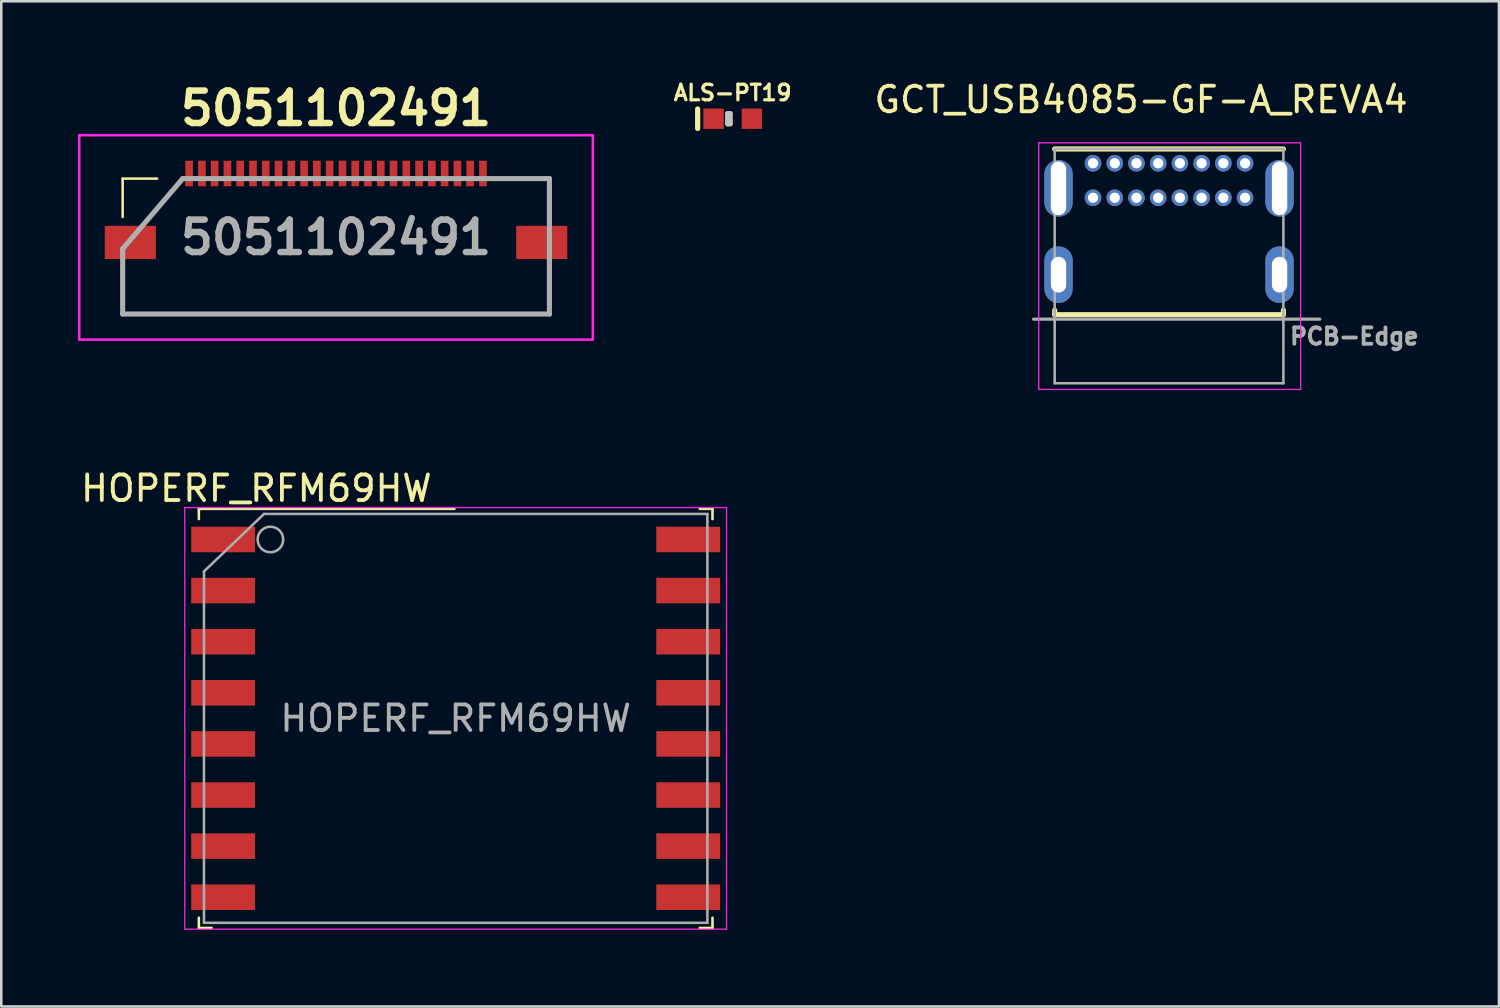
<source format=kicad_pcb>
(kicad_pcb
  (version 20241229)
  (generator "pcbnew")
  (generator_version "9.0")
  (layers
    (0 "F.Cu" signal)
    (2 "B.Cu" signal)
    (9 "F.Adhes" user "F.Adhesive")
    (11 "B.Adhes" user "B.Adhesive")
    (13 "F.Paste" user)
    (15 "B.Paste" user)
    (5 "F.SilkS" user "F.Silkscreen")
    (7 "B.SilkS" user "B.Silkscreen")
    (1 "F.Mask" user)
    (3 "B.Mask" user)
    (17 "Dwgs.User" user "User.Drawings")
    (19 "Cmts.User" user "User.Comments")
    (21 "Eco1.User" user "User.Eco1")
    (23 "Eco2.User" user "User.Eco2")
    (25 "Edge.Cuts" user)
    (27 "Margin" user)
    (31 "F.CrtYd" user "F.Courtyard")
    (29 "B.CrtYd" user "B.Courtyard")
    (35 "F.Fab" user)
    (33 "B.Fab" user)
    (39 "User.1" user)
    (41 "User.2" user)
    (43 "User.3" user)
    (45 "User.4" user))
  (footprint "5051102491"
    (layer "F.Cu")
    (at 10.1 6.439)
    (property "Reference" "5051102491" (at 0 -5.25 0) (layer "F.SilkS") (effects (font (size 1.27 1.27) (thickness 0.254))))
    (attr smd)
    (fp_line (start -8.35 -2.5) (end -7 -2.5) (stroke (width 0.1) (type solid)) (layer "F.SilkS"))
    (fp_line (start -8.35 -1) (end -8.35 -2.5) (stroke (width 0.1) (type solid)) (layer "F.SilkS"))
    (fp_line (start -8.35 1) (end -8.35 2.8) (stroke (width 0.1) (type solid)) (layer "F.SilkS"))
    (fp_line (start -8.35 2.8) (end 8.35 2.8) (stroke (width 0.1) (type solid)) (layer "F.SilkS"))
    (fp_line (start 7 -2.5) (end 8.35 -2.5) (stroke (width 0.1) (type solid)) (layer "F.SilkS"))
    (fp_line (start 8.35 -2.5) (end 8.35 -1) (stroke (width 0.1) (type solid)) (layer "F.SilkS"))
    (fp_line (start 8.35 2.8) (end 8.35 1) (stroke (width 0.1) (type solid)) (layer "F.SilkS"))
    (fp_line (start -10.05 -4.2) (end 10.05 -4.2) (stroke (width 0.1) (type solid)) (layer "F.CrtYd"))
    (fp_line (start -10.05 3.8) (end -10.05 -4.2) (stroke (width 0.1) (type solid)) (layer "F.CrtYd"))
    (fp_line (start 10.05 -4.2) (end 10.05 3.8) (stroke (width 0.1) (type solid)) (layer "F.CrtYd"))
    (fp_line (start 10.05 3.8) (end -10.05 3.8) (stroke (width 0.1) (type solid)) (layer "F.CrtYd"))
    (fp_line (start -8.35 2.8) (end -8.35 0.25) (stroke (width 0.2) (type solid)) (layer "F.Fab"))
    (fp_line (start -6 -2.5) (end -8.35 0.25) (stroke (width 0.2) (type solid)) (layer "F.Fab"))
    (fp_line (start -6 -2.5) (end 8.35 -2.5) (stroke (width 0.2) (type solid)) (layer "F.Fab"))
    (fp_line (start 8.35 -2.5) (end 8.35 2.8) (stroke (width 0.2) (type solid)) (layer "F.Fab"))
    (fp_line (start 8.35 2.8) (end -8.35 2.8) (stroke (width 0.2) (type solid)) (layer "F.Fab"))
    (fp_text user "${REFERENCE}" (at 0 -0.2 0) (layer "F.Fab") (effects (font (size 1.27 1.27) (thickness 0.254))))
    (pad "" smd rect (at -8.05 0 90) (size 1.3 2) (layers "F.Cu" "F.Mask" "F.Paste"))
    (pad "" smd rect (at 8.05 0 90) (size 1.3 2) (layers "F.Cu" "F.Mask" "F.Paste"))
    (pad "1" smd rect (at -5.75 -2.7) (size 0.3 1) (layers "F.Cu" "F.Mask" "F.Paste"))
    (pad "2" smd rect (at -5.25 -2.7) (size 0.3 1) (layers "F.Cu" "F.Mask" "F.Paste"))
    (pad "3" smd rect (at -4.75 -2.7) (size 0.3 1) (layers "F.Cu" "F.Mask" "F.Paste"))
    (pad "4" smd rect (at -4.25 -2.7) (size 0.3 1) (layers "F.Cu" "F.Mask" "F.Paste"))
    (pad "5" smd rect (at -3.75 -2.7) (size 0.3 1) (layers "F.Cu" "F.Mask" "F.Paste"))
    (pad "6" smd rect (at -3.25 -2.7) (size 0.3 1) (layers "F.Cu" "F.Mask" "F.Paste"))
    (pad "7" smd rect (at -2.75 -2.7) (size 0.3 1) (layers "F.Cu" "F.Mask" "F.Paste"))
    (pad "8" smd rect (at -2.25 -2.7) (size 0.3 1) (layers "F.Cu" "F.Mask" "F.Paste"))
    (pad "9" smd rect (at -1.75 -2.7) (size 0.3 1) (layers "F.Cu" "F.Mask" "F.Paste"))
    (pad "10" smd rect (at -1.25 -2.7) (size 0.3 1) (layers "F.Cu" "F.Mask" "F.Paste"))
    (pad "11" smd rect (at -0.75 -2.7) (size 0.3 1) (layers "F.Cu" "F.Mask" "F.Paste"))
    (pad "12" smd rect (at -0.25 -2.7) (size 0.3 1) (layers "F.Cu" "F.Mask" "F.Paste"))
    (pad "13" smd rect (at 0.25 -2.7) (size 0.3 1) (layers "F.Cu" "F.Mask" "F.Paste"))
    (pad "14" smd rect (at 0.75 -2.7) (size 0.3 1) (layers "F.Cu" "F.Mask" "F.Paste"))
    (pad "15" smd rect (at 1.25 -2.7) (size 0.3 1) (layers "F.Cu" "F.Mask" "F.Paste"))
    (pad "16" smd rect (at 1.75 -2.7) (size 0.3 1) (layers "F.Cu" "F.Mask" "F.Paste"))
    (pad "17" smd rect (at 2.25 -2.7) (size 0.3 1) (layers "F.Cu" "F.Mask" "F.Paste"))
    (pad "18" smd rect (at 2.75 -2.7) (size 0.3 1) (layers "F.Cu" "F.Mask" "F.Paste"))
    (pad "19" smd rect (at 3.25 -2.7) (size 0.3 1) (layers "F.Cu" "F.Mask" "F.Paste"))
    (pad "20" smd rect (at 3.75 -2.7) (size 0.3 1) (layers "F.Cu" "F.Mask" "F.Paste"))
    (pad "21" smd rect (at 4.25 -2.7) (size 0.3 1) (layers "F.Cu" "F.Mask" "F.Paste"))
    (pad "22" smd rect (at 4.75 -2.7) (size 0.3 1) (layers "F.Cu" "F.Mask" "F.Paste"))
    (pad "23" smd rect (at 5.25 -2.7) (size 0.3 1) (layers "F.Cu" "F.Mask" "F.Paste"))
    (pad "24" smd rect (at 5.75 -2.7) (size 0.3 1) (layers "F.Cu" "F.Mask" "F.Paste")))
  (footprint "GCT_USB4085-GF-A_REVA4"
    (layer "F.Cu")
    (at 42.698 7.364)
    (property "Reference" "GCT_USB4085-GF-A_REVA4" (at -1.097 -6.515 0) (layer "F.SilkS") (effects (font (size 1 1) (thickness 0.15))))
    (attr through_hole)
    (fp_line (start -4.475 -4.585) (end 4.475 -4.585) (stroke (width 0.2) (type solid)) (layer "F.SilkS"))
    (fp_line (start -4.475 1.725) (end -4.475 1.9) (stroke (width 0.2) (type solid)) (layer "F.SilkS"))
    (fp_line (start -4.475 1.9) (end 4.475 1.9) (stroke (width 0.2) (type solid)) (layer "F.SilkS"))
    (fp_line (start 4.475 1.9) (end 4.475 1.725) (stroke (width 0.2) (type solid)) (layer "F.SilkS"))
    (fp_line (start -5.1 -4.825) (end 5.15 -4.825) (stroke (width 0.05) (type solid)) (layer "F.CrtYd"))
    (fp_line (start -5.1 4.825) (end -5.1 -4.825) (stroke (width 0.05) (type solid)) (layer "F.CrtYd"))
    (fp_line (start 5.15 -4.825) (end 5.15 4.825) (stroke (width 0.05) (type solid)) (layer "F.CrtYd"))
    (fp_line (start 5.15 4.825) (end -5.1 4.825) (stroke (width 0.05) (type solid)) (layer "F.CrtYd"))
    (fp_line (start -5.3 2.075) (end 5.9 2.075) (stroke (width 0.127) (type solid)) (layer "F.Fab"))
    (fp_line (start -4.475 -4.585) (end 4.475 -4.585) (stroke (width 0.1) (type solid)) (layer "F.Fab"))
    (fp_line (start -4.475 4.585) (end -4.475 -4.585) (stroke (width 0.1) (type solid)) (layer "F.Fab"))
    (fp_line (start 4.475 -4.585) (end 4.475 4.585) (stroke (width 0.1) (type solid)) (layer "F.Fab"))
    (fp_line (start 4.475 4.585) (end -4.475 4.585) (stroke (width 0.1) (type solid)) (layer "F.Fab"))
    (fp_text user "PCB-Edge" (at 7.25 2.75 0) (layer "F.Fab") (effects (font (size 0.64 0.64) (thickness 0.15))))
    (pad "A1" thru_hole circle (at -2.975 -4.025) (size 0.65 0.65) (drill 0.4) (layers "*.Cu" "*.Mask"))
    (pad "A4" thru_hole circle (at -2.125 -4.025) (size 0.65 0.65) (drill 0.4) (layers "*.Cu" "*.Mask"))
    (pad "A5" thru_hole circle (at -1.275 -4.025) (size 0.65 0.65) (drill 0.4) (layers "*.Cu" "*.Mask"))
    (pad "A6" thru_hole circle (at -0.425 -4.025) (size 0.65 0.65) (drill 0.4) (layers "*.Cu" "*.Mask"))
    (pad "A7" thru_hole circle (at 0.425 -4.025) (size 0.65 0.65) (drill 0.4) (layers "*.Cu" "*.Mask"))
    (pad "A8" thru_hole circle (at 1.275 -4.025) (size 0.65 0.65) (drill 0.4) (layers "*.Cu" "*.Mask"))
    (pad "A9" thru_hole circle (at 2.125 -4.025) (size 0.65 0.65) (drill 0.4) (layers "*.Cu" "*.Mask"))
    (pad "A12" thru_hole circle (at 2.975 -4.025) (size 0.65 0.65) (drill 0.4) (layers "*.Cu" "*.Mask"))
    (pad "B1" thru_hole circle (at 2.975 -2.675) (size 0.65 0.65) (drill 0.4) (layers "*.Cu" "*.Mask"))
    (pad "B4" thru_hole circle (at 2.125 -2.675) (size 0.65 0.65) (drill 0.4) (layers "*.Cu" "*.Mask"))
    (pad "B5" thru_hole circle (at 1.275 -2.675) (size 0.65 0.65) (drill 0.4) (layers "*.Cu" "*.Mask"))
    (pad "B6" thru_hole circle (at 0.425 -2.675) (size 0.65 0.65) (drill 0.4) (layers "*.Cu" "*.Mask"))
    (pad "B7" thru_hole circle (at -0.425 -2.675) (size 0.65 0.65) (drill 0.4) (layers "*.Cu" "*.Mask"))
    (pad "B8" thru_hole circle (at -1.275 -2.675) (size 0.65 0.65) (drill 0.4) (layers "*.Cu" "*.Mask"))
    (pad "B9" thru_hole circle (at -2.125 -2.675) (size 0.65 0.65) (drill 0.4) (layers "*.Cu" "*.Mask"))
    (pad "B12" thru_hole circle (at -2.975 -2.675) (size 0.65 0.65) (drill 0.4) (layers "*.Cu" "*.Mask"))
    (pad "S1" thru_hole oval (at -4.325 -3.045) (size 1.108 2.216) (drill oval 0.6 2.1) (layers "*.Cu" "*.Mask"))
    (pad "S1" thru_hole oval (at -4.325 0.335) (size 1.108 2.216) (drill oval 0.6 1.4) (layers "*.Cu" "*.Mask"))
    (pad "S1" thru_hole oval (at 4.325 -3.045) (size 1.108 2.216) (drill oval 0.6 2.1) (layers "*.Cu" "*.Mask"))
    (pad "S1" thru_hole oval (at 4.325 0.335) (size 1.108 2.216) (drill oval 0.6 1.4) (layers "*.Cu" "*.Mask")))
  (footprint "ALS-PT19"
    (layer "F.Cu")
    (at 25.623 1.596)
    (property "Reference" "ALS-PT19" (at 0 -1.016 0) (layer "F.SilkS") (effects (font (size 0.61 0.61) (thickness 0.127))))
    (attr smd)
    (fp_line (start -1.372 -0.381) (end -1.372 0.381) (stroke (width 0.203) (type solid)) (layer "F.SilkS"))
    (fp_line (start -0.198 -0.198) (end -0.198 0.198) (stroke (width 0.203) (type solid)) (layer "Dwgs.User"))
    (fp_line (start -0.099 -0.198) (end -0.198 -0.198) (stroke (width 0.203) (type solid)) (layer "Dwgs.User"))
    (fp_line (start -0.099 -0.198) (end -0.099 0.198) (stroke (width 0.203) (type solid)) (layer "Dwgs.User"))
    (fp_line (start -0.099 0.198) (end -0.198 0.198) (stroke (width 0.203) (type solid)) (layer "Dwgs.User"))
    (pad "C" smd rect (at -0.749 0) (size 0.798 0.798) (layers "F.Cu" "F.Mask" "F.Paste"))
    (pad "E" smd rect (at 0.749 0) (size 0.798 0.798) (layers "F.Cu" "F.Mask" "F.Paste")))
  (footprint "HOPERF_RFM69HW"
    (layer "F.Cu")
    (at 14.782 25.062)
    (property "Reference" "HOPERF_RFM69HW" (at -7.8 -9 0) (layer "F.SilkS") (effects (font (size 1 1) (thickness 0.15))))
    (attr smd)
    (fp_line (start -10.05 -8.2) (end -10.05 -7.8) (stroke (width 0.1) (type solid)) (layer "F.SilkS"))
    (fp_line (start -10.05 -8.2) (end -0.05 -8.2) (stroke (width 0.1) (type solid)) (layer "F.SilkS"))
    (fp_line (start -10.05 7.8) (end -10.05 8.2) (stroke (width 0.1) (type solid)) (layer "F.SilkS"))
    (fp_line (start -10.05 8.2) (end -9.55 8.2) (stroke (width 0.1) (type solid)) (layer "F.SilkS"))
    (fp_line (start 9.55 -8.2) (end 10.05 -8.2) (stroke (width 0.1) (type solid)) (layer "F.SilkS"))
    (fp_line (start 9.55 8.2) (end 10.05 8.2) (stroke (width 0.1) (type solid)) (layer "F.SilkS"))
    (fp_line (start 10.05 -8.2) (end 10.05 -7.8) (stroke (width 0.1) (type solid)) (layer "F.SilkS"))
    (fp_line (start 10.05 7.8) (end 10.05 8.2) (stroke (width 0.1) (type solid)) (layer "F.SilkS"))
    (fp_line (start -10.6 -8.25) (end 10.6 -8.25) (stroke (width 0.05) (type solid)) (layer "F.CrtYd"))
    (fp_line (start -10.6 8.25) (end -10.6 -8.25) (stroke (width 0.05) (type solid)) (layer "F.CrtYd"))
    (fp_line (start 10.6 -8.25) (end 10.6 8.25) (stroke (width 0.05) (type solid)) (layer "F.CrtYd"))
    (fp_line (start 10.6 8.25) (end -10.6 8.25) (stroke (width 0.05) (type solid)) (layer "F.CrtYd"))
    (fp_line (start -9.85 8) (end -9.85 -5.75) (stroke (width 0.1) (type solid)) (layer "F.Fab"))
    (fp_line (start -7.5 -8) (end -9.85 -5.75) (stroke (width 0.1) (type solid)) (layer "F.Fab"))
    (fp_line (start -7.5 -8) (end 9.85 -8) (stroke (width 0.1) (type solid)) (layer "F.Fab"))
    (fp_line (start 9.85 -8) (end 9.85 8) (stroke (width 0.1) (type solid)) (layer "F.Fab"))
    (fp_line (start 9.85 8) (end -9.85 8) (stroke (width 0.1) (type solid)) (layer "F.Fab"))
    (fp_circle (center -7.25 -7) (end -7.75 -7) (stroke (width 0.1) (type solid)) (fill no) (layer "F.Fab"))
    (fp_text user "${REFERENCE}" (at 0 0 0) (layer "F.Fab") (effects (font (size 1 1) (thickness 0.15))))
    (pad "1" smd rect (at -9.1 -7) (size 2.5 1) (layers "F.Cu" "F.Mask" "F.Paste"))
    (pad "2" smd rect (at -9.1 -5) (size 2.5 1) (layers "F.Cu" "F.Mask" "F.Paste"))
    (pad "3" smd rect (at -9.1 -3) (size 2.5 1) (layers "F.Cu" "F.Mask" "F.Paste"))
    (pad "4" smd rect (at -9.1 -1) (size 2.5 1) (layers "F.Cu" "F.Mask" "F.Paste"))
    (pad "5" smd rect (at -9.1 1) (size 2.5 1) (layers "F.Cu" "F.Mask" "F.Paste"))
    (pad "6" smd rect (at -9.1 3) (size 2.5 1) (layers "F.Cu" "F.Mask" "F.Paste"))
    (pad "7" smd rect (at -9.1 5) (size 2.5 1) (layers "F.Cu" "F.Mask" "F.Paste"))
    (pad "8" smd rect (at -9.1 7) (size 2.5 1) (layers "F.Cu" "F.Mask" "F.Paste"))
    (pad "9" smd rect (at 9.1 7) (size 2.5 1) (layers "F.Cu" "F.Mask" "F.Paste"))
    (pad "10" smd rect (at 9.1 5) (size 2.5 1) (layers "F.Cu" "F.Mask" "F.Paste"))
    (pad "11" smd rect (at 9.1 3) (size 2.5 1) (layers "F.Cu" "F.Mask" "F.Paste"))
    (pad "12" smd rect (at 9.1 1) (size 2.5 1) (layers "F.Cu" "F.Mask" "F.Paste"))
    (pad "13" smd rect (at 9.1 -1) (size 2.5 1) (layers "F.Cu" "F.Mask" "F.Paste"))
    (pad "14" smd rect (at 9.1 -3) (size 2.5 1) (layers "F.Cu" "F.Mask" "F.Paste"))
    (pad "15" smd rect (at 9.1 -5) (size 2.5 1) (layers "F.Cu" "F.Mask" "F.Paste"))
    (pad "16" smd rect (at 9.1 -7) (size 2.5 1) (layers "F.Cu" "F.Mask" "F.Paste")))
  (gr_rect
    (start -3 -3)
    (end 55.608 36.337)
    (stroke (width 0.1) (type default))
    (fill no)
    (layer "Edge.Cuts")))
</source>
